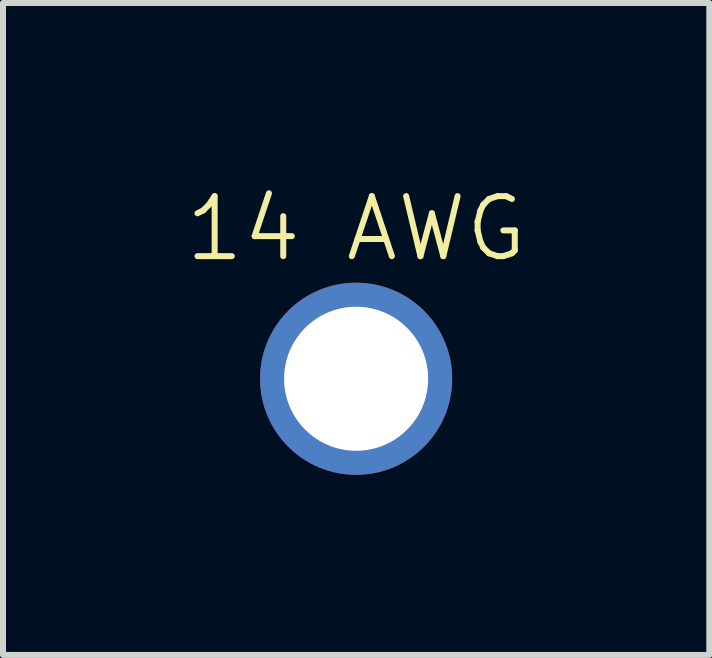
<source format=kicad_pcb>
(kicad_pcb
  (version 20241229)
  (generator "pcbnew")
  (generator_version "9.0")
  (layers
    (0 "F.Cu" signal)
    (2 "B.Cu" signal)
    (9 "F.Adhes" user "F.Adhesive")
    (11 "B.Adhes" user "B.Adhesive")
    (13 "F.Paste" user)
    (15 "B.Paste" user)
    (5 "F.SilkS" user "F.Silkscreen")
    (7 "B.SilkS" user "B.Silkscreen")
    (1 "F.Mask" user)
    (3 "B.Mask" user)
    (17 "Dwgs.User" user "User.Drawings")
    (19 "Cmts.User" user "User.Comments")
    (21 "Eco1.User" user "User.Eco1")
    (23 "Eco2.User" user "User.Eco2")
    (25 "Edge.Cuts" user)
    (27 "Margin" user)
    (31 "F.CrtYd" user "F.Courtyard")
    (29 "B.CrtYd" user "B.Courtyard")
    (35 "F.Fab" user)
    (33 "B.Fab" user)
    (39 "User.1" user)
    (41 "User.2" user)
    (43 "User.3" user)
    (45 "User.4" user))
  (footprint "14 AWG"
    (layer "F.Cu")
    (at 2.883 3.26)
    (property "Reference" "14 AWG" (at 0 -2.5 0) (unlocked yes) (layer "F.SilkS") (effects (font (size 1 1) (thickness 0.1))))
    (attr through_hole)
    (pad "1" thru_hole circle (at 0 0) (size 3.2 3.2) (drill 2.4) (layers "*.Cu" "*.Mask" "Eco1.User")))
  (gr_rect
    (start -3 -3)
    (end 8.767 7.861)
    (stroke (width 0.1) (type default))
    (fill no)
    (layer "Edge.Cuts")))
</source>
